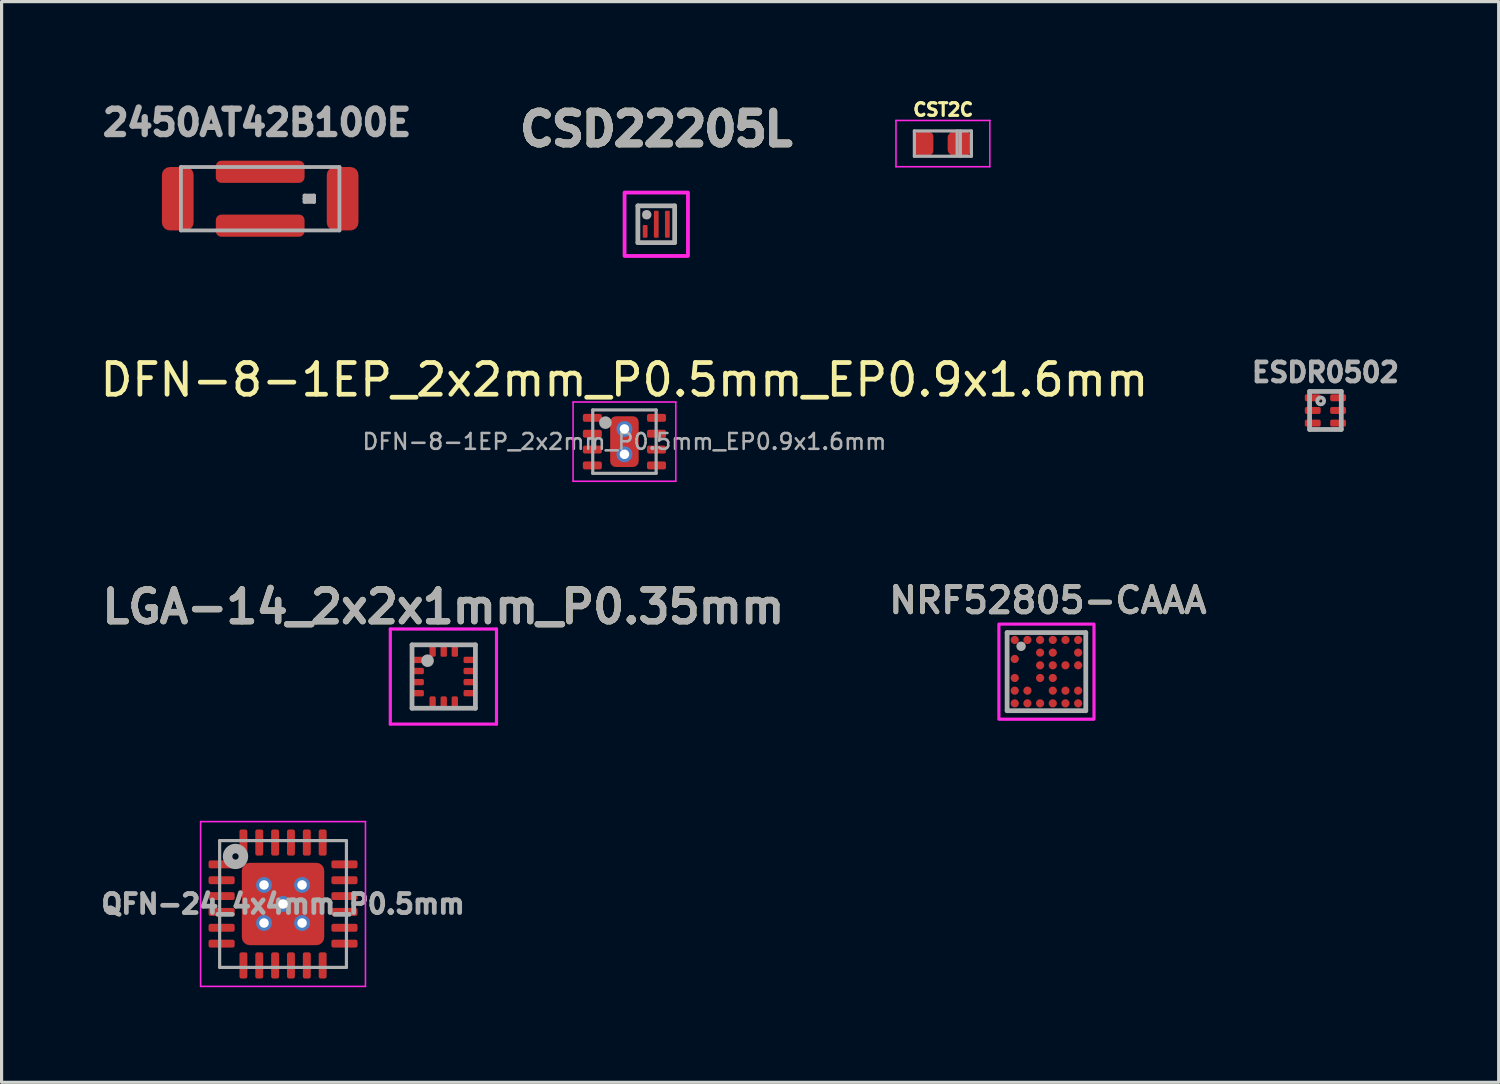
<source format=kicad_pcb>
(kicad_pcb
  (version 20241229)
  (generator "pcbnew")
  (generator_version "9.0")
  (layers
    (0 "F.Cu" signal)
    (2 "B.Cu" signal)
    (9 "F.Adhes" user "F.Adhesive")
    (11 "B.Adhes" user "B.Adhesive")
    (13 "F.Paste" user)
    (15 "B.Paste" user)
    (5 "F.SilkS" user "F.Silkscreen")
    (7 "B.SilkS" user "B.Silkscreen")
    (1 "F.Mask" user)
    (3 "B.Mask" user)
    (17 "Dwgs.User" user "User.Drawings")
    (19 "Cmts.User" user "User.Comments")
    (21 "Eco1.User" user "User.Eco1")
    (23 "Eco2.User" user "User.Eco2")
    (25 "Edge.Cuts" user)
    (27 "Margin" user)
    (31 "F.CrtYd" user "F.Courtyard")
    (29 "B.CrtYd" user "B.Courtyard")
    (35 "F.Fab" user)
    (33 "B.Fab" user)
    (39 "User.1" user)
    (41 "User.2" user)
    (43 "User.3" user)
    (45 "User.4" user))
  (footprint "DFN-8-1EP_2x2mm_P0.5mm_EP0.9x1.6mm"
    (layer "F.Cu")
    (at 16.649 10.882)
    (property "Reference" "DFN-8-1EP_2x2mm_P0.5mm_EP0.9x1.6mm" (at 0 -1.95 0) (layer "F.SilkS") (effects (font (size 1 1) (thickness 0.15))))
    (attr smd)
    (fp_line (start -1.62 -1.25) (end -1.62 1.25) (stroke (width 0.05) (type solid)) (layer "F.CrtYd"))
    (fp_line (start -1.62 1.25) (end 1.62 1.25) (stroke (width 0.05) (type solid)) (layer "F.CrtYd"))
    (fp_line (start 1.62 -1.25) (end -1.62 -1.25) (stroke (width 0.05) (type solid)) (layer "F.CrtYd"))
    (fp_line (start 1.62 1.25) (end 1.62 -1.25) (stroke (width 0.05) (type solid)) (layer "F.CrtYd"))
    (fp_line (start -1 -1) (end 1 -1) (stroke (width 0.1) (type solid)) (layer "F.Fab"))
    (fp_line (start -1 1) (end -1 -1) (stroke (width 0.1) (type solid)) (layer "F.Fab"))
    (fp_line (start 1 -1) (end 1 1) (stroke (width 0.1) (type solid)) (layer "F.Fab"))
    (fp_line (start 1 1) (end -1 1) (stroke (width 0.1) (type solid)) (layer "F.Fab"))
    (fp_circle (center -0.6 -0.6) (end -0.5 -0.6) (stroke (width 0.2) (type solid)) (fill no) (layer "F.Fab"))
    (fp_text user "${REFERENCE}" (at 0 0 0) (layer "F.Fab") (effects (font (size 0.5 0.5) (thickness 0.08))))
    (pad "" smd roundrect (at 0 0) (size 0.73 1.29) (layers "F.Paste") (roundrect_rratio 0.25))
    (pad "1" smd roundrect (at -1.012 -0.75) (size 0.6 0.25) (layers "F.Cu" "F.Mask" "F.Paste") (roundrect_rratio 0.25))
    (pad "2" smd roundrect (at -1.012 -0.25) (size 0.6 0.25) (layers "F.Cu" "F.Mask" "F.Paste") (roundrect_rratio 0.25))
    (pad "3" smd roundrect (at -1.012 0.25) (size 0.6 0.25) (layers "F.Cu" "F.Mask" "F.Paste") (roundrect_rratio 0.25))
    (pad "4" smd roundrect (at -1.012 0.75) (size 0.6 0.25) (layers "F.Cu" "F.Mask" "F.Paste") (roundrect_rratio 0.25))
    (pad "5" smd roundrect (at 1.012 0.75) (size 0.6 0.25) (layers "F.Cu" "F.Mask" "F.Paste") (roundrect_rratio 0.25))
    (pad "6" smd roundrect (at 1.012 0.25) (size 0.6 0.25) (layers "F.Cu" "F.Mask" "F.Paste") (roundrect_rratio 0.25))
    (pad "7" smd roundrect (at 1.012 -0.25) (size 0.6 0.25) (layers "F.Cu" "F.Mask" "F.Paste") (roundrect_rratio 0.25))
    (pad "8" smd roundrect (at 1.012 -0.75) (size 0.6 0.25) (layers "F.Cu" "F.Mask" "F.Paste") (roundrect_rratio 0.25))
    (pad "9" thru_hole circle (at 0 -0.4) (size 0.5 0.5) (drill 0.3) (layers "*.Cu"))
    (pad "9" smd roundrect (at 0 0) (size 0.9 1.6) (layers "F.Cu" "F.Mask") (roundrect_rratio 0.2))
    (pad "9" thru_hole circle (at 0 0.4) (size 0.5 0.5) (drill 0.3) (layers "*.Cu")))
  (footprint "ESDR0502"
    (layer "F.Cu")
    (at 38.413 9.898)
    (property "Reference" "ESDR0502" (at 0.35 -1.2 0) (layer "F.Fab") (effects (font (size 0.6 0.6) (thickness 0.15))))
    (attr smd)
    (fp_line (start -0.15 -0.6) (end 0.85 -0.6) (stroke (width 0.15) (type solid)) (layer "F.Fab"))
    (fp_line (start -0.15 0.6) (end -0.15 -0.6) (stroke (width 0.15) (type solid)) (layer "F.Fab"))
    (fp_line (start 0.85 -0.6) (end 0.85 0.6) (stroke (width 0.15) (type solid)) (layer "F.Fab"))
    (fp_line (start 0.85 0.6) (end -0.15 0.6) (stroke (width 0.15) (type solid)) (layer "F.Fab"))
    (fp_circle (center 0.2 -0.3) (end 0.25 -0.3) (stroke (width 0.12) (type solid)) (fill no) (layer "F.Fab"))
    (pad "1" smd roundrect (at -0.05 -0.4 90) (size 0.22 0.5) (layers "F.Cu" "F.Mask" "F.Paste") (roundrect_rratio 0.25))
    (pad "2" smd roundrect (at -0.05 0 90) (size 0.22 0.5) (layers "F.Cu" "F.Mask" "F.Paste") (roundrect_rratio 0.25))
    (pad "3" smd roundrect (at -0.05 0.4 90) (size 0.22 0.5) (layers "F.Cu" "F.Mask" "F.Paste") (roundrect_rratio 0.25))
    (pad "4" smd roundrect (at 0.75 0.4 90) (size 0.22 0.5) (layers "F.Cu" "F.Mask" "F.Paste") (roundrect_rratio 0.25))
    (pad "5" smd roundrect (at 0.75 0 90) (size 0.22 0.5) (layers "F.Cu" "F.Mask" "F.Paste") (roundrect_rratio 0.25))
    (pad "6" smd roundrect (at 0.75 -0.4 90) (size 0.22 0.5) (layers "F.Cu" "F.Mask" "F.Paste") (roundrect_rratio 0.25)))
  (footprint "2450AT42B100E"
    (layer "F.Cu")
    (at 5.158 3.219)
    (property "Reference" "2450AT42B100E" (at -0.1 -2.4 0) (layer "F.Fab") (effects (font (size 0.8 0.8) (thickness 0.2))))
    (attr smd)
    (fp_line (start -2.5 -1) (end 2.5 -1) (stroke (width 0.12) (type solid)) (layer "F.Fab"))
    (fp_line (start -2.5 1) (end -2.5 -1) (stroke (width 0.12) (type solid)) (layer "F.Fab"))
    (fp_line (start 1.4 -0.1) (end 1.7 -0.1) (stroke (width 0.12) (type solid)) (layer "F.Fab"))
    (fp_line (start 1.4 0) (end 1.4 -0.1) (stroke (width 0.12) (type solid)) (layer "F.Fab"))
    (fp_line (start 1.4 0.1) (end 1.4 0) (stroke (width 0.12) (type solid)) (layer "F.Fab"))
    (fp_line (start 1.7 -0.1) (end 1.7 0.1) (stroke (width 0.12) (type solid)) (layer "F.Fab"))
    (fp_line (start 1.7 0) (end 1.4 0) (stroke (width 0.12) (type solid)) (layer "F.Fab"))
    (fp_line (start 1.7 0.1) (end 1.4 0.1) (stroke (width 0.12) (type solid)) (layer "F.Fab"))
    (fp_line (start 2.5 -1) (end 2.5 1) (stroke (width 0.12) (type solid)) (layer "F.Fab"))
    (fp_line (start 2.5 1) (end -2.5 1) (stroke (width 0.12) (type solid)) (layer "F.Fab"))
    (pad "1" smd roundrect (at 2.6 0) (size 1 2) (layers "F.Cu" "F.Mask" "F.Paste") (roundrect_rratio 0.25))
    (pad "2" smd roundrect (at -2.6 0) (size 1 2) (layers "F.Cu" "F.Mask" "F.Paste") (roundrect_rratio 0.25))
    (pad "3" smd roundrect (at 0 -0.85 90) (size 0.7 2.8) (layers "F.Cu" "F.Mask" "F.Paste") (roundrect_rratio 0.25))
    (pad "4" smd roundrect (at 0 0.85 90) (size 0.7 2.8) (layers "F.Cu" "F.Mask" "F.Paste") (roundrect_rratio 0.25)))
  (footprint "QFN-24_4x4mm_P0.5mm"
    (layer "F.Cu")
    (at 5.879 25.468)
    (property "Reference" "QFN-24_4x4mm_P0.5mm" (at 0 0 0) (layer "F.Fab") (effects (font (size 0.6 0.6) (thickness 0.15))))
    (attr smd)
    (fp_line (start -2.6 -2.6) (end -2.6 2.6) (stroke (width 0.05) (type solid)) (layer "F.CrtYd"))
    (fp_line (start -2.6 2.6) (end 2.6 2.6) (stroke (width 0.05) (type solid)) (layer "F.CrtYd"))
    (fp_line (start 2.6 -2.6) (end -2.6 -2.6) (stroke (width 0.05) (type solid)) (layer "F.CrtYd"))
    (fp_line (start 2.6 2.6) (end 2.6 -2.6) (stroke (width 0.05) (type solid)) (layer "F.CrtYd"))
    (fp_line (start -2 -2) (end 2 -2) (stroke (width 0.1) (type solid)) (layer "F.Fab"))
    (fp_line (start -2 2) (end -2 -2) (stroke (width 0.1) (type solid)) (layer "F.Fab"))
    (fp_line (start 2 -2) (end 2 2) (stroke (width 0.1) (type solid)) (layer "F.Fab"))
    (fp_line (start 2 2) (end -2 2) (stroke (width 0.1) (type solid)) (layer "F.Fab"))
    (fp_circle (center -1.5 -1.5) (end -1.4 -1.5) (stroke (width 0.3) (type solid)) (fill no) (layer "F.Fab"))
    (pad "" smd roundrect (at -0.65 -0.65) (size 1.05 1.05) (layers "F.Paste") (roundrect_rratio 0.238))
    (pad "" smd roundrect (at -0.65 0.65) (size 1.05 1.05) (layers "F.Paste") (roundrect_rratio 0.238))
    (pad "" smd roundrect (at 0.65 -0.65) (size 1.05 1.05) (layers "F.Paste") (roundrect_rratio 0.238))
    (pad "" smd roundrect (at 0.65 0.65) (size 1.05 1.05) (layers "F.Paste") (roundrect_rratio 0.238))
    (pad "1" smd roundrect (at -1.938 -1.25) (size 0.825 0.25) (layers "F.Cu" "F.Mask" "F.Paste") (roundrect_rratio 0.25))
    (pad "2" smd roundrect (at -1.938 -0.75) (size 0.825 0.25) (layers "F.Cu" "F.Mask" "F.Paste") (roundrect_rratio 0.25))
    (pad "3" smd roundrect (at -1.938 -0.25) (size 0.825 0.25) (layers "F.Cu" "F.Mask" "F.Paste") (roundrect_rratio 0.25))
    (pad "4" smd roundrect (at -1.938 0.25) (size 0.825 0.25) (layers "F.Cu" "F.Mask" "F.Paste") (roundrect_rratio 0.25))
    (pad "5" smd roundrect (at -1.938 0.75) (size 0.825 0.25) (layers "F.Cu" "F.Mask" "F.Paste") (roundrect_rratio 0.25))
    (pad "6" smd roundrect (at -1.938 1.25) (size 0.825 0.25) (layers "F.Cu" "F.Mask" "F.Paste") (roundrect_rratio 0.25))
    (pad "7" smd roundrect (at -1.25 1.938) (size 0.25 0.825) (layers "F.Cu" "F.Mask" "F.Paste") (roundrect_rratio 0.25))
    (pad "8" smd roundrect (at -0.75 1.938) (size 0.25 0.825) (layers "F.Cu" "F.Mask" "F.Paste") (roundrect_rratio 0.25))
    (pad "9" smd roundrect (at -0.25 1.938) (size 0.25 0.825) (layers "F.Cu" "F.Mask" "F.Paste") (roundrect_rratio 0.25))
    (pad "10" smd roundrect (at 0.25 1.938) (size 0.25 0.825) (layers "F.Cu" "F.Mask" "F.Paste") (roundrect_rratio 0.25))
    (pad "11" smd roundrect (at 0.75 1.938) (size 0.25 0.825) (layers "F.Cu" "F.Mask" "F.Paste") (roundrect_rratio 0.25))
    (pad "12" smd roundrect (at 1.25 1.938) (size 0.25 0.825) (layers "F.Cu" "F.Mask" "F.Paste") (roundrect_rratio 0.25))
    (pad "13" smd roundrect (at 1.938 1.25) (size 0.825 0.25) (layers "F.Cu" "F.Mask" "F.Paste") (roundrect_rratio 0.25))
    (pad "14" smd roundrect (at 1.938 0.75) (size 0.825 0.25) (layers "F.Cu" "F.Mask" "F.Paste") (roundrect_rratio 0.25))
    (pad "15" smd roundrect (at 1.938 0.25) (size 0.825 0.25) (layers "F.Cu" "F.Mask" "F.Paste") (roundrect_rratio 0.25))
    (pad "16" smd roundrect (at 1.938 -0.25) (size 0.825 0.25) (layers "F.Cu" "F.Mask" "F.Paste") (roundrect_rratio 0.25))
    (pad "17" smd roundrect (at 1.938 -0.75) (size 0.825 0.25) (layers "F.Cu" "F.Mask" "F.Paste") (roundrect_rratio 0.25))
    (pad "18" smd roundrect (at 1.938 -1.25) (size 0.825 0.25) (layers "F.Cu" "F.Mask" "F.Paste") (roundrect_rratio 0.25))
    (pad "19" smd roundrect (at 1.25 -1.938) (size 0.25 0.825) (layers "F.Cu" "F.Mask" "F.Paste") (roundrect_rratio 0.25))
    (pad "20" smd roundrect (at 0.75 -1.938) (size 0.25 0.825) (layers "F.Cu" "F.Mask" "F.Paste") (roundrect_rratio 0.25))
    (pad "21" smd roundrect (at 0.25 -1.938) (size 0.25 0.825) (layers "F.Cu" "F.Mask" "F.Paste") (roundrect_rratio 0.25))
    (pad "22" smd roundrect (at -0.25 -1.938) (size 0.25 0.825) (layers "F.Cu" "F.Mask" "F.Paste") (roundrect_rratio 0.25))
    (pad "23" smd roundrect (at -0.75 -1.938) (size 0.25 0.825) (layers "F.Cu" "F.Mask" "F.Paste") (roundrect_rratio 0.25))
    (pad "24" smd roundrect (at -1.25 -1.938) (size 0.25 0.825) (layers "F.Cu" "F.Mask" "F.Paste") (roundrect_rratio 0.25))
    (pad "25" thru_hole circle (at -0.6 -0.6) (size 0.5 0.5) (drill 0.3) (layers "*.Cu"))
    (pad "25" thru_hole circle (at -0.6 0.6) (size 0.5 0.5) (drill 0.3) (layers "*.Cu"))
    (pad "25" thru_hole circle (at 0 0) (size 0.5 0.5) (drill 0.3) (layers "*.Cu"))
    (pad "25" smd roundrect (at 0 0) (size 2.6 2.6) (layers "F.Cu" "F.Mask") (roundrect_rratio 0.096))
    (pad "25" thru_hole circle (at 0.6 -0.6) (size 0.5 0.5) (drill 0.3) (layers "*.Cu"))
    (pad "25" thru_hole circle (at 0.6 0.6) (size 0.5 0.5) (drill 0.3) (layers "*.Cu")))
  (footprint "LGA-14_2x2x1mm_P0.35mm"
    (layer "F.Cu")
    (at 10.938 18.293)
    (property "Reference" "LGA-14_2x2x1mm_P0.35mm" (at 0 -2.2 0) (layer "F.SilkS") (effects (font (size 1 1) (thickness 0.2))))
    (attr smd)
    (fp_line (start -1.675 -1.5) (end 1.675 -1.5) (stroke (width 0.1) (type solid)) (layer "F.CrtYd"))
    (fp_line (start -1.675 1.5) (end -1.675 -1.5) (stroke (width 0.1) (type solid)) (layer "F.CrtYd"))
    (fp_line (start 1.675 -1.5) (end 1.675 1.5) (stroke (width 0.1) (type solid)) (layer "F.CrtYd"))
    (fp_line (start 1.675 1.5) (end -1.675 1.5) (stroke (width 0.1) (type solid)) (layer "F.CrtYd"))
    (fp_line (start -0.99 -1) (end 1.01 -1) (stroke (width 0.15) (type solid)) (layer "F.Fab"))
    (fp_line (start -0.99 1) (end -0.99 -1) (stroke (width 0.15) (type solid)) (layer "F.Fab"))
    (fp_line (start 1.01 -1) (end 1.01 1) (stroke (width 0.15) (type solid)) (layer "F.Fab"))
    (fp_line (start 1.01 1) (end -0.99 1) (stroke (width 0.15) (type solid)) (layer "F.Fab"))
    (fp_circle (center -0.5 -0.5) (end -0.4 -0.5) (stroke (width 0.2) (type solid)) (fill no) (layer "F.Fab"))
    (fp_text user "${REFERENCE}" (at 0 -2.2 0) (layer "F.Fab") (effects (font (size 1 1) (thickness 0.2))))
    (pad "1" smd roundrect (at -0.79 -0.525 90) (size 0.2 0.35) (layers "F.Cu" "F.Mask" "F.Paste") (roundrect_rratio 0.25))
    (pad "2" smd roundrect (at -0.79 -0.175 90) (size 0.2 0.35) (layers "F.Cu" "F.Mask" "F.Paste") (roundrect_rratio 0.25))
    (pad "3" smd roundrect (at -0.79 0.175 90) (size 0.2 0.35) (layers "F.Cu" "F.Mask" "F.Paste") (roundrect_rratio 0.25))
    (pad "4" smd roundrect (at -0.79 0.525 90) (size 0.2 0.35) (layers "F.Cu" "F.Mask" "F.Paste") (roundrect_rratio 0.25))
    (pad "5" smd roundrect (at -0.34 0.8) (size 0.2 0.35) (layers "F.Cu" "F.Mask" "F.Paste") (roundrect_rratio 0.25))
    (pad "6" smd roundrect (at 0.01 0.8) (size 0.2 0.35) (layers "F.Cu" "F.Mask" "F.Paste") (roundrect_rratio 0.25))
    (pad "7" smd roundrect (at 0.36 0.8) (size 0.2 0.35) (layers "F.Cu" "F.Mask" "F.Paste") (roundrect_rratio 0.25))
    (pad "8" smd roundrect (at 0.81 0.525 90) (size 0.2 0.35) (layers "F.Cu" "F.Mask" "F.Paste") (roundrect_rratio 0.25))
    (pad "9" smd roundrect (at 0.81 0.175 90) (size 0.2 0.35) (layers "F.Cu" "F.Mask" "F.Paste") (roundrect_rratio 0.25))
    (pad "10" smd roundrect (at 0.81 -0.175 90) (size 0.2 0.35) (layers "F.Cu" "F.Mask" "F.Paste") (roundrect_rratio 0.25))
    (pad "11" smd roundrect (at 0.81 -0.525 90) (size 0.2 0.35) (layers "F.Cu" "F.Mask" "F.Paste") (roundrect_rratio 0.25))
    (pad "12" smd roundrect (at 0.36 -0.8) (size 0.2 0.35) (layers "F.Cu" "F.Mask" "F.Paste") (roundrect_rratio 0.25))
    (pad "13" smd roundrect (at 0.01 -0.8) (size 0.2 0.35) (layers "F.Cu" "F.Mask" "F.Paste") (roundrect_rratio 0.2))
    (pad "14" smd roundrect (at -0.34 -0.8) (size 0.2 0.35) (layers "F.Cu" "F.Mask" "F.Paste") (roundrect_rratio 0.25)))
  (footprint "CST2C"
    (layer "F.Cu")
    (at 26.695 1.48)
    (property "Reference" "CST2C" (at 0.01 -1.07 0) (layer "F.SilkS") (effects (font (size 0.4 0.4) (thickness 0.1))))
    (attr through_hole)
    (fp_line (start -1.48 -0.73) (end 1.48 -0.73) (stroke (width 0.05) (type solid)) (layer "F.CrtYd"))
    (fp_line (start -1.48 0.73) (end -1.48 -0.73) (stroke (width 0.05) (type solid)) (layer "F.CrtYd"))
    (fp_line (start 1.48 -0.73) (end 1.48 0.73) (stroke (width 0.05) (type solid)) (layer "F.CrtYd"))
    (fp_line (start 1.48 0.73) (end -1.48 0.73) (stroke (width 0.05) (type solid)) (layer "F.CrtYd"))
    (fp_line (start -0.9 0.4) (end -0.9 -0.4) (stroke (width 0.1) (type solid)) (layer "F.Fab"))
    (fp_line (start 0.45 -0.4) (end 0.45 0.35) (stroke (width 0.1) (type solid)) (layer "F.Fab"))
    (fp_line (start 0.55 -0.4) (end 0.55 0.4) (stroke (width 0.1) (type solid)) (layer "F.Fab"))
    (fp_line (start 0.9 -0.4) (end -0.9 -0.4) (stroke (width 0.1) (type solid)) (layer "F.Fab"))
    (fp_line (start 0.9 0.4) (end -0.9 0.4) (stroke (width 0.1) (type solid)) (layer "F.Fab"))
    (fp_line (start 0.9 0.4) (end 0.9 -0.4) (stroke (width 0.1) (type solid)) (layer "F.Fab"))
    (pad "1" smd roundrect (at 0.525 0) (size 0.75 0.75) (layers "F.Cu" "F.Mask" "F.Paste") (roundrect_rratio 0.25))
    (pad "2" smd roundrect (at -0.6 0) (size 0.6 0.75) (layers "F.Cu" "F.Mask" "F.Paste") (roundrect_rratio 0.25)))
  (footprint "CSD22205L"
    (layer "F.Cu")
    (at 17.653 4.024)
    (property "Reference" "CSD22205L" (at 0 -3 0) (layer "F.SilkS") (effects (font (size 1 1) (thickness 0.25))))
    (attr smd)
    (fp_rect (start -1 -1) (end 1 1) (stroke (width 0.12) (type solid)) (fill no) (layer "F.CrtYd"))
    (fp_line (start -0.58 -0.58) (end 0.58 -0.58) (stroke (width 0.15) (type solid)) (layer "F.Fab"))
    (fp_line (start -0.58 0.58) (end -0.58 -0.58) (stroke (width 0.15) (type solid)) (layer "F.Fab"))
    (fp_line (start 0.58 -0.58) (end 0.58 0.58) (stroke (width 0.15) (type solid)) (layer "F.Fab"))
    (fp_line (start 0.58 0.58) (end -0.58 0.58) (stroke (width 0.15) (type solid)) (layer "F.Fab"))
    (fp_circle (center -0.3 -0.3) (end -0.225 -0.3) (stroke (width 0.15) (type solid)) (fill no) (layer "F.Fab"))
    (fp_text user "${REFERENCE}" (at 0 -3 0) (layer "F.Fab") (effects (font (size 1 1) (thickness 0.25))))
    (pad "1" smd roundrect (at -0.35 -0.3) (size 0.15 0.25) (layers "F.Cu" "F.Mask" "F.Paste") (roundrect_rratio 0.2))
    (pad "2" smd roundrect (at -0.35 0.225) (size 0.15 0.4) (layers "F.Cu" "F.Mask" "F.Paste") (roundrect_rratio 0.2))
    (pad "3" smd roundrect (at 0 0) (size 0.15 0.85) (layers "F.Cu" "F.Mask" "F.Paste") (roundrect_rratio 0.2))
    (pad "4" smd roundrect (at 0.35 0) (size 0.15 0.85) (layers "F.Cu" "F.Mask" "F.Paste") (roundrect_rratio 0.2)))
  (footprint "NRF52805-CAAA"
    (layer "F.Cu")
    (at 29.962 18.138)
    (property "Reference" "NRF52805-CAAA" (at 0.05 -2.25 0) (layer "F.SilkS") (effects (font (size 0.8 0.8) (thickness 0.15))))
    (attr smd)
    (fp_rect (start -1.5 -1.5) (end 1.5 1.5) (stroke (width 0.1) (type solid)) (fill no) (layer "F.CrtYd"))
    (fp_line (start -1.241 -1.232) (end 1.241 -1.232) (stroke (width 0.15) (type solid)) (layer "F.Fab"))
    (fp_line (start -1.241 1.232) (end -1.241 -1.232) (stroke (width 0.15) (type solid)) (layer "F.Fab"))
    (fp_line (start 1.241 -1.232) (end 1.241 1.232) (stroke (width 0.15) (type solid)) (layer "F.Fab"))
    (fp_line (start 1.241 1.232) (end -1.241 1.232) (stroke (width 0.15) (type solid)) (layer "F.Fab"))
    (fp_circle (center -0.8 -0.8) (end -0.725 -0.8) (stroke (width 0.15) (type solid)) (fill no) (layer "F.Fab"))
    (fp_text user "${REFERENCE}" (at 0.05 -2.25 0) (layer "F.Fab") (effects (font (size 0.8 0.8) (thickness 0.15))))
    (pad "A1" smd circle (at -1 -1 90) (size 0.257 0.257) (layers "F.Cu" "F.Mask" "F.Paste"))
    (pad "A2" smd circle (at -0.6 -1 90) (size 0.257 0.257) (layers "F.Cu" "F.Mask" "F.Paste"))
    (pad "A3" smd circle (at -0.2 -1 90) (size 0.257 0.257) (layers "F.Cu" "F.Mask" "F.Paste"))
    (pad "A4" smd circle (at 0.2 -1 90) (size 0.257 0.257) (layers "F.Cu" "F.Mask" "F.Paste"))
    (pad "A5" smd circle (at 0.6 -1 90) (size 0.257 0.257) (layers "F.Cu" "F.Mask" "F.Paste"))
    (pad "A6" smd circle (at 1 -1 90) (size 0.257 0.257) (layers "F.Cu" "F.Mask" "F.Paste"))
    (pad "B3" smd circle (at -0.2 -0.6 90) (size 0.257 0.257) (layers "F.Cu" "F.Mask" "F.Paste"))
    (pad "B4" smd circle (at 0.2 -0.6 90) (size 0.257 0.257) (layers "F.Cu" "F.Mask" "F.Paste"))
    (pad "B6" smd circle (at 1 -0.6 90) (size 0.257 0.257) (layers "F.Cu" "F.Mask" "F.Paste"))
    (pad "C1" smd circle (at -1 -0.4 90) (size 0.257 0.257) (layers "F.Cu" "F.Mask" "F.Paste"))
    (pad "D3" smd circle (at -0.2 -0.2 90) (size 0.257 0.257) (layers "F.Cu" "F.Mask" "F.Paste"))
    (pad "D4" smd circle (at 0.2 -0.2 90) (size 0.257 0.257) (layers "F.Cu" "F.Mask" "F.Paste"))
    (pad "D5" smd circle (at 0.6 -0.2 90) (size 0.257 0.257) (layers "F.Cu" "F.Mask" "F.Paste"))
    (pad "D6" smd circle (at 1 -0.2 90) (size 0.257 0.257) (layers "F.Cu" "F.Mask" "F.Paste"))
    (pad "E1" smd circle (at -1 0.2 90) (size 0.257 0.257) (layers "F.Cu" "F.Mask" "F.Paste"))
    (pad "E3" smd circle (at -0.2 0.2 90) (size 0.257 0.257) (layers "F.Cu" "F.Mask" "F.Paste"))
    (pad "E4" smd circle (at 0.2 0.2 90) (size 0.257 0.257) (layers "F.Cu" "F.Mask" "F.Paste"))
    (pad "F1" smd circle (at -1 0.6 90) (size 0.257 0.257) (layers "F.Cu" "F.Mask" "F.Paste"))
    (pad "F2" smd circle (at -0.6 0.6 90) (size 0.257 0.257) (layers "F.Cu" "F.Mask" "F.Paste"))
    (pad "F4" smd circle (at 0.2 0.6 90) (size 0.257 0.257) (layers "F.Cu" "F.Mask" "F.Paste"))
    (pad "F5" smd circle (at 0.6 0.6 90) (size 0.257 0.257) (layers "F.Cu" "F.Mask" "F.Paste"))
    (pad "F6" smd circle (at 1 0.6 90) (size 0.257 0.257) (layers "F.Cu" "F.Mask" "F.Paste"))
    (pad "G1" smd circle (at -1 1 90) (size 0.257 0.257) (layers "F.Cu" "F.Mask" "F.Paste"))
    (pad "G2" smd circle (at -0.6 1 90) (size 0.257 0.257) (layers "F.Cu" "F.Mask" "F.Paste"))
    (pad "G3" smd circle (at -0.2 1 90) (size 0.257 0.257) (layers "F.Cu" "F.Mask" "F.Paste"))
    (pad "G4" smd circle (at 0.2 1 90) (size 0.257 0.257) (layers "F.Cu" "F.Mask" "F.Paste"))
    (pad "G5" smd circle (at 0.6 1 90) (size 0.257 0.257) (layers "F.Cu" "F.Mask" "F.Paste"))
    (pad "G6" smd circle (at 1 1 90) (size 0.257 0.257) (layers "F.Cu" "F.Mask" "F.Paste")))
  (gr_rect
    (start -3 -3)
    (end 44.228 31.093)
    (stroke (width 0.1) (type default))
    (fill no)
    (layer "Edge.Cuts")))
</source>
